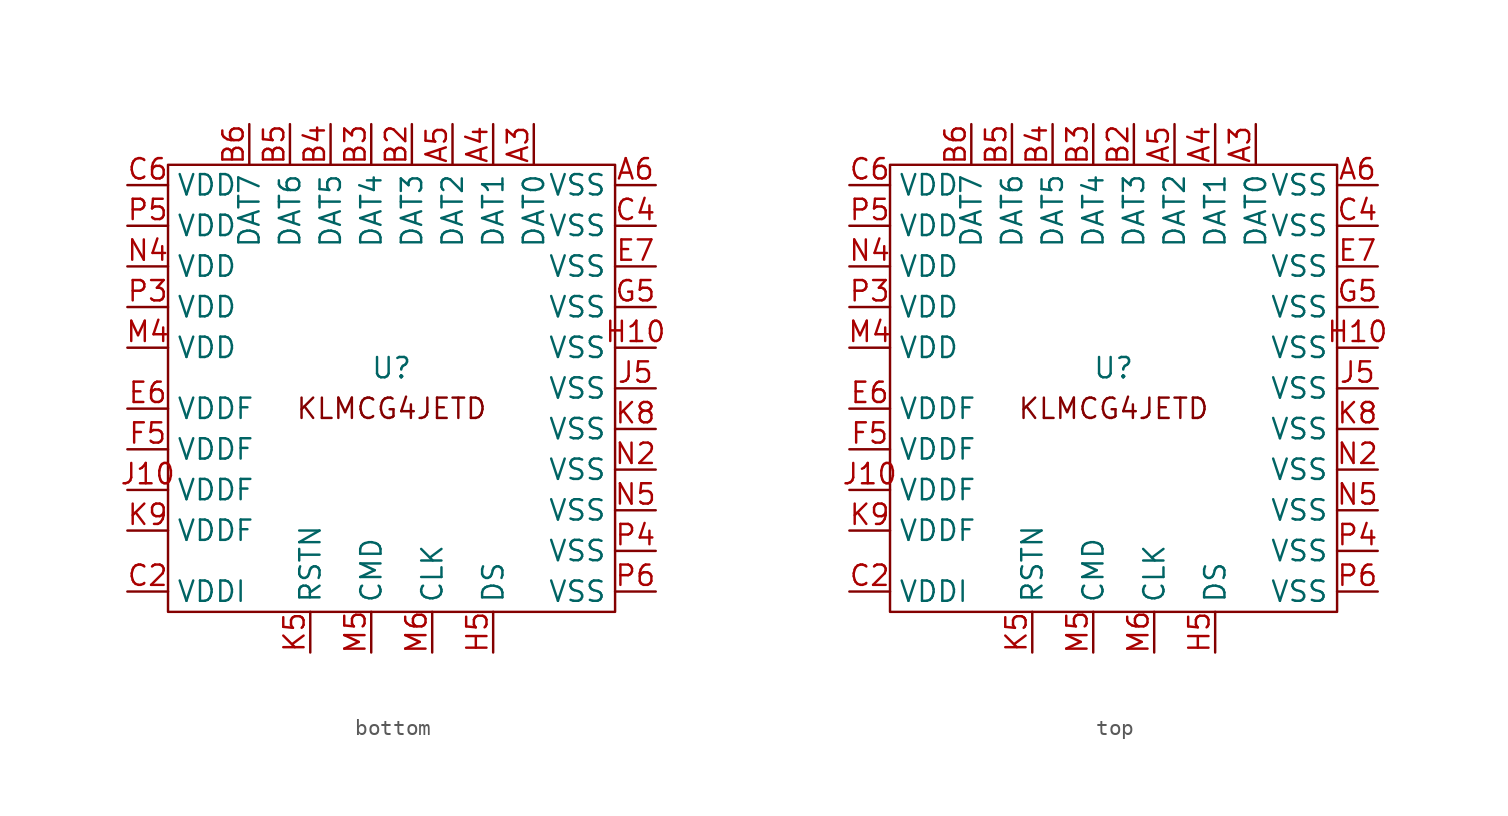
<source format=kicad_sym>
(kicad_symbol_lib
  (version 20220914)
  (generator kicad_symbol_editor)
  (symbol "bottom"
    (property "Reference" "U"
      (at 0 1.27 0)
      (effects (font (size 1.27 1.27))))
    (property "Value" ""
      (at 0 0 0)
      (effects (font (size 1.27 1.27))))
    (symbol "bottom_0_1"
      (rectangle (start -13.97 13.97) (end 13.97 -13.97) (stroke (width 0) (type default)) (fill (type none))))
    (symbol "bottom_1_1"
      (text "KLMCG4JETD" (at 0 -1.27 0) (effects (font (size 1.27 1.27))))
      (pin bidirectional line (at 8.89 16.51 270) (length 2.54) (name "DAT0" (effects (font (size 1.27 1.27)))) (number "A3" (effects (font (size 1.27 1.27)))))
      (pin bidirectional line (at 6.35 16.51 270) (length 2.54) (name "DAT1" (effects (font (size 1.27 1.27)))) (number "A4" (effects (font (size 1.27 1.27)))))
      (pin bidirectional line (at 3.81 16.51 270) (length 2.54) (name "DAT2" (effects (font (size 1.27 1.27)))) (number "A5" (effects (font (size 1.27 1.27)))))
      (pin power_out line (at 16.51 12.7 180) (length 2.54) (name "VSS" (effects (font (size 1.27 1.27)))) (number "A6" (effects (font (size 1.27 1.27)))))
      (pin bidirectional line (at 1.27 16.51 270) (length 2.54) (name "DAT3" (effects (font (size 1.27 1.27)))) (number "B2" (effects (font (size 1.27 1.27)))))
      (pin bidirectional line (at -1.27 16.51 270) (length 2.54) (name "DAT4" (effects (font (size 1.27 1.27)))) (number "B3" (effects (font (size 1.27 1.27)))))
      (pin bidirectional line (at -3.81 16.51 270) (length 2.54) (name "DAT5" (effects (font (size 1.27 1.27)))) (number "B4" (effects (font (size 1.27 1.27)))))
      (pin bidirectional line (at -6.35 16.51 270) (length 2.54) (name "DAT6" (effects (font (size 1.27 1.27)))) (number "B5" (effects (font (size 1.27 1.27)))))
      (pin bidirectional line (at -8.89 16.51 270) (length 2.54) (name "DAT7" (effects (font (size 1.27 1.27)))) (number "B6" (effects (font (size 1.27 1.27)))))
      (pin power_in line (at -16.51 -12.7 0) (length 2.54) (name "VDDI" (effects (font (size 1.27 1.27)))) (number "C2" (effects (font (size 1.27 1.27)))))
      (pin power_out line (at 16.51 10.16 180) (length 2.54) (name "VSS" (effects (font (size 1.27 1.27)))) (number "C4" (effects (font (size 1.27 1.27)))))
      (pin power_in line (at -16.51 12.7 0) (length 2.54) (name "VDD" (effects (font (size 1.27 1.27)))) (number "C6" (effects (font (size 1.27 1.27)))))
      (pin power_in line (at -16.51 -1.27 0) (length 2.54) (name "VDDF" (effects (font (size 1.27 1.27)))) (number "E6" (effects (font (size 1.27 1.27)))))
      (pin power_out line (at 16.51 7.62 180) (length 2.54) (name "VSS" (effects (font (size 1.27 1.27)))) (number "E7" (effects (font (size 1.27 1.27)))))
      (pin power_in line (at -16.51 -3.81 0) (length 2.54) (name "VDDF" (effects (font (size 1.27 1.27)))) (number "F5" (effects (font (size 1.27 1.27)))))
      (pin power_out line (at 16.51 5.08 180) (length 2.54) (name "VSS" (effects (font (size 1.27 1.27)))) (number "G5" (effects (font (size 1.27 1.27)))))
      (pin power_out line (at 16.51 2.54 180) (length 2.54) (name "VSS" (effects (font (size 1.27 1.27)))) (number "H10" (effects (font (size 1.27 1.27)))))
      (pin output line (at 6.35 -16.51 90) (length 2.54) (name "DS" (effects (font (size 1.27 1.27)))) (number "H5" (effects (font (size 1.27 1.27)))))
      (pin power_in line (at -16.51 -6.35 0) (length 2.54) (name "VDDF" (effects (font (size 1.27 1.27)))) (number "J10" (effects (font (size 1.27 1.27)))))
      (pin power_out line (at 16.51 0 180) (length 2.54) (name "VSS" (effects (font (size 1.27 1.27)))) (number "J5" (effects (font (size 1.27 1.27)))))
      (pin input line (at -5.08 -16.51 90) (length 2.54) (name "RSTN" (effects (font (size 1.27 1.27)))) (number "K5" (effects (font (size 1.27 1.27)))))
      (pin power_out line (at 16.51 -2.54 180) (length 2.54) (name "VSS" (effects (font (size 1.27 1.27)))) (number "K8" (effects (font (size 1.27 1.27)))))
      (pin power_in line (at -16.51 -8.89 0) (length 2.54) (name "VDDF" (effects (font (size 1.27 1.27)))) (number "K9" (effects (font (size 1.27 1.27)))))
      (pin power_in line (at -16.51 2.54 0) (length 2.54) (name "VDD" (effects (font (size 1.27 1.27)))) (number "M4" (effects (font (size 1.27 1.27)))))
      (pin bidirectional line (at -1.27 -16.51 90) (length 2.54) (name "CMD" (effects (font (size 1.27 1.27)))) (number "M5" (effects (font (size 1.27 1.27)))))
      (pin output line (at 2.54 -16.51 90) (length 2.54) (name "CLK" (effects (font (size 1.27 1.27)))) (number "M6" (effects (font (size 1.27 1.27)))))
      (pin power_out line (at 16.51 -5.08 180) (length 2.54) (name "VSS" (effects (font (size 1.27 1.27)))) (number "N2" (effects (font (size 1.27 1.27)))))
      (pin power_in line (at -16.51 7.62 0) (length 2.54) (name "VDD" (effects (font (size 1.27 1.27)))) (number "N4" (effects (font (size 1.27 1.27)))))
      (pin power_out line (at 16.51 -7.62 180) (length 2.54) (name "VSS" (effects (font (size 1.27 1.27)))) (number "N5" (effects (font (size 1.27 1.27)))))
      (pin power_in line (at -16.51 5.08 0) (length 2.54) (name "VDD" (effects (font (size 1.27 1.27)))) (number "P3" (effects (font (size 1.27 1.27)))))
      (pin power_out line (at 16.51 -10.16 180) (length 2.54) (name "VSS" (effects (font (size 1.27 1.27)))) (number "P4" (effects (font (size 1.27 1.27)))))
      (pin power_in line (at -16.51 10.16 0) (length 2.54) (name "VDD" (effects (font (size 1.27 1.27)))) (number "P5" (effects (font (size 1.27 1.27)))))
      (pin power_out line (at 16.51 -12.7 180) (length 2.54) (name "VSS" (effects (font (size 1.27 1.27)))) (number "P6" (effects (font (size 1.27 1.27)))))))
  (symbol "top"
    (property "Reference" "U"
      (at 0 1.27 0)
      (effects (font (size 1.27 1.27))))
    (property "Value" ""
      (at 7.62 10.16 90)
      (effects (font (size 1.27 1.27))))
    (symbol "top_0_1"
      (rectangle (start -13.97 13.97) (end 13.97 -13.97) (stroke (width 0) (type default)) (fill (type none))))
    (symbol "top_1_1"
      (text "KLMCG4JETD" (at 0 -1.27 0) (effects (font (size 1.27 1.27))))
      (pin bidirectional line (at 8.89 16.51 270) (length 2.54) (name "DAT0" (effects (font (size 1.27 1.27)))) (number "A3" (effects (font (size 1.27 1.27)))))
      (pin bidirectional line (at 6.35 16.51 270) (length 2.54) (name "DAT1" (effects (font (size 1.27 1.27)))) (number "A4" (effects (font (size 1.27 1.27)))))
      (pin bidirectional line (at 3.81 16.51 270) (length 2.54) (name "DAT2" (effects (font (size 1.27 1.27)))) (number "A5" (effects (font (size 1.27 1.27)))))
      (pin power_out line (at 16.51 12.7 180) (length 2.54) (name "VSS" (effects (font (size 1.27 1.27)))) (number "A6" (effects (font (size 1.27 1.27)))))
      (pin bidirectional line (at 1.27 16.51 270) (length 2.54) (name "DAT3" (effects (font (size 1.27 1.27)))) (number "B2" (effects (font (size 1.27 1.27)))))
      (pin bidirectional line (at -1.27 16.51 270) (length 2.54) (name "DAT4" (effects (font (size 1.27 1.27)))) (number "B3" (effects (font (size 1.27 1.27)))))
      (pin bidirectional line (at -3.81 16.51 270) (length 2.54) (name "DAT5" (effects (font (size 1.27 1.27)))) (number "B4" (effects (font (size 1.27 1.27)))))
      (pin bidirectional line (at -6.35 16.51 270) (length 2.54) (name "DAT6" (effects (font (size 1.27 1.27)))) (number "B5" (effects (font (size 1.27 1.27)))))
      (pin bidirectional line (at -8.89 16.51 270) (length 2.54) (name "DAT7" (effects (font (size 1.27 1.27)))) (number "B6" (effects (font (size 1.27 1.27)))))
      (pin power_in line (at -16.51 -12.7 0) (length 2.54) (name "VDDI" (effects (font (size 1.27 1.27)))) (number "C2" (effects (font (size 1.27 1.27)))))
      (pin power_out line (at 16.51 10.16 180) (length 2.54) (name "VSS" (effects (font (size 1.27 1.27)))) (number "C4" (effects (font (size 1.27 1.27)))))
      (pin power_in line (at -16.51 12.7 0) (length 2.54) (name "VDD" (effects (font (size 1.27 1.27)))) (number "C6" (effects (font (size 1.27 1.27)))))
      (pin power_in line (at -16.51 -1.27 0) (length 2.54) (name "VDDF" (effects (font (size 1.27 1.27)))) (number "E6" (effects (font (size 1.27 1.27)))))
      (pin power_out line (at 16.51 7.62 180) (length 2.54) (name "VSS" (effects (font (size 1.27 1.27)))) (number "E7" (effects (font (size 1.27 1.27)))))
      (pin power_in line (at -16.51 -3.81 0) (length 2.54) (name "VDDF" (effects (font (size 1.27 1.27)))) (number "F5" (effects (font (size 1.27 1.27)))))
      (pin power_out line (at 16.51 5.08 180) (length 2.54) (name "VSS" (effects (font (size 1.27 1.27)))) (number "G5" (effects (font (size 1.27 1.27)))))
      (pin power_out line (at 16.51 2.54 180) (length 2.54) (name "VSS" (effects (font (size 1.27 1.27)))) (number "H10" (effects (font (size 1.27 1.27)))))
      (pin output line (at 6.35 -16.51 90) (length 2.54) (name "DS" (effects (font (size 1.27 1.27)))) (number "H5" (effects (font (size 1.27 1.27)))))
      (pin power_in line (at -16.51 -6.35 0) (length 2.54) (name "VDDF" (effects (font (size 1.27 1.27)))) (number "J10" (effects (font (size 1.27 1.27)))))
      (pin power_out line (at 16.51 0 180) (length 2.54) (name "VSS" (effects (font (size 1.27 1.27)))) (number "J5" (effects (font (size 1.27 1.27)))))
      (pin input line (at -5.08 -16.51 90) (length 2.54) (name "RSTN" (effects (font (size 1.27 1.27)))) (number "K5" (effects (font (size 1.27 1.27)))))
      (pin power_out line (at 16.51 -2.54 180) (length 2.54) (name "VSS" (effects (font (size 1.27 1.27)))) (number "K8" (effects (font (size 1.27 1.27)))))
      (pin power_in line (at -16.51 -8.89 0) (length 2.54) (name "VDDF" (effects (font (size 1.27 1.27)))) (number "K9" (effects (font (size 1.27 1.27)))))
      (pin power_in line (at -16.51 2.54 0) (length 2.54) (name "VDD" (effects (font (size 1.27 1.27)))) (number "M4" (effects (font (size 1.27 1.27)))))
      (pin bidirectional line (at -1.27 -16.51 90) (length 2.54) (name "CMD" (effects (font (size 1.27 1.27)))) (number "M5" (effects (font (size 1.27 1.27)))))
      (pin output line (at 2.54 -16.51 90) (length 2.54) (name "CLK" (effects (font (size 1.27 1.27)))) (number "M6" (effects (font (size 1.27 1.27)))))
      (pin power_out line (at 16.51 -5.08 180) (length 2.54) (name "VSS" (effects (font (size 1.27 1.27)))) (number "N2" (effects (font (size 1.27 1.27)))))
      (pin power_in line (at -16.51 7.62 0) (length 2.54) (name "VDD" (effects (font (size 1.27 1.27)))) (number "N4" (effects (font (size 1.27 1.27)))))
      (pin power_out line (at 16.51 -7.62 180) (length 2.54) (name "VSS" (effects (font (size 1.27 1.27)))) (number "N5" (effects (font (size 1.27 1.27)))))
      (pin power_in line (at -16.51 5.08 0) (length 2.54) (name "VDD" (effects (font (size 1.27 1.27)))) (number "P3" (effects (font (size 1.27 1.27)))))
      (pin power_out line (at 16.51 -10.16 180) (length 2.54) (name "VSS" (effects (font (size 1.27 1.27)))) (number "P4" (effects (font (size 1.27 1.27)))))
      (pin power_in line (at -16.51 10.16 0) (length 2.54) (name "VDD" (effects (font (size 1.27 1.27)))) (number "P5" (effects (font (size 1.27 1.27)))))
      (pin power_out line (at 16.51 -12.7 180) (length 2.54) (name "VSS" (effects (font (size 1.27 1.27)))) (number "P6" (effects (font (size 1.27 1.27))))))))
</source>
